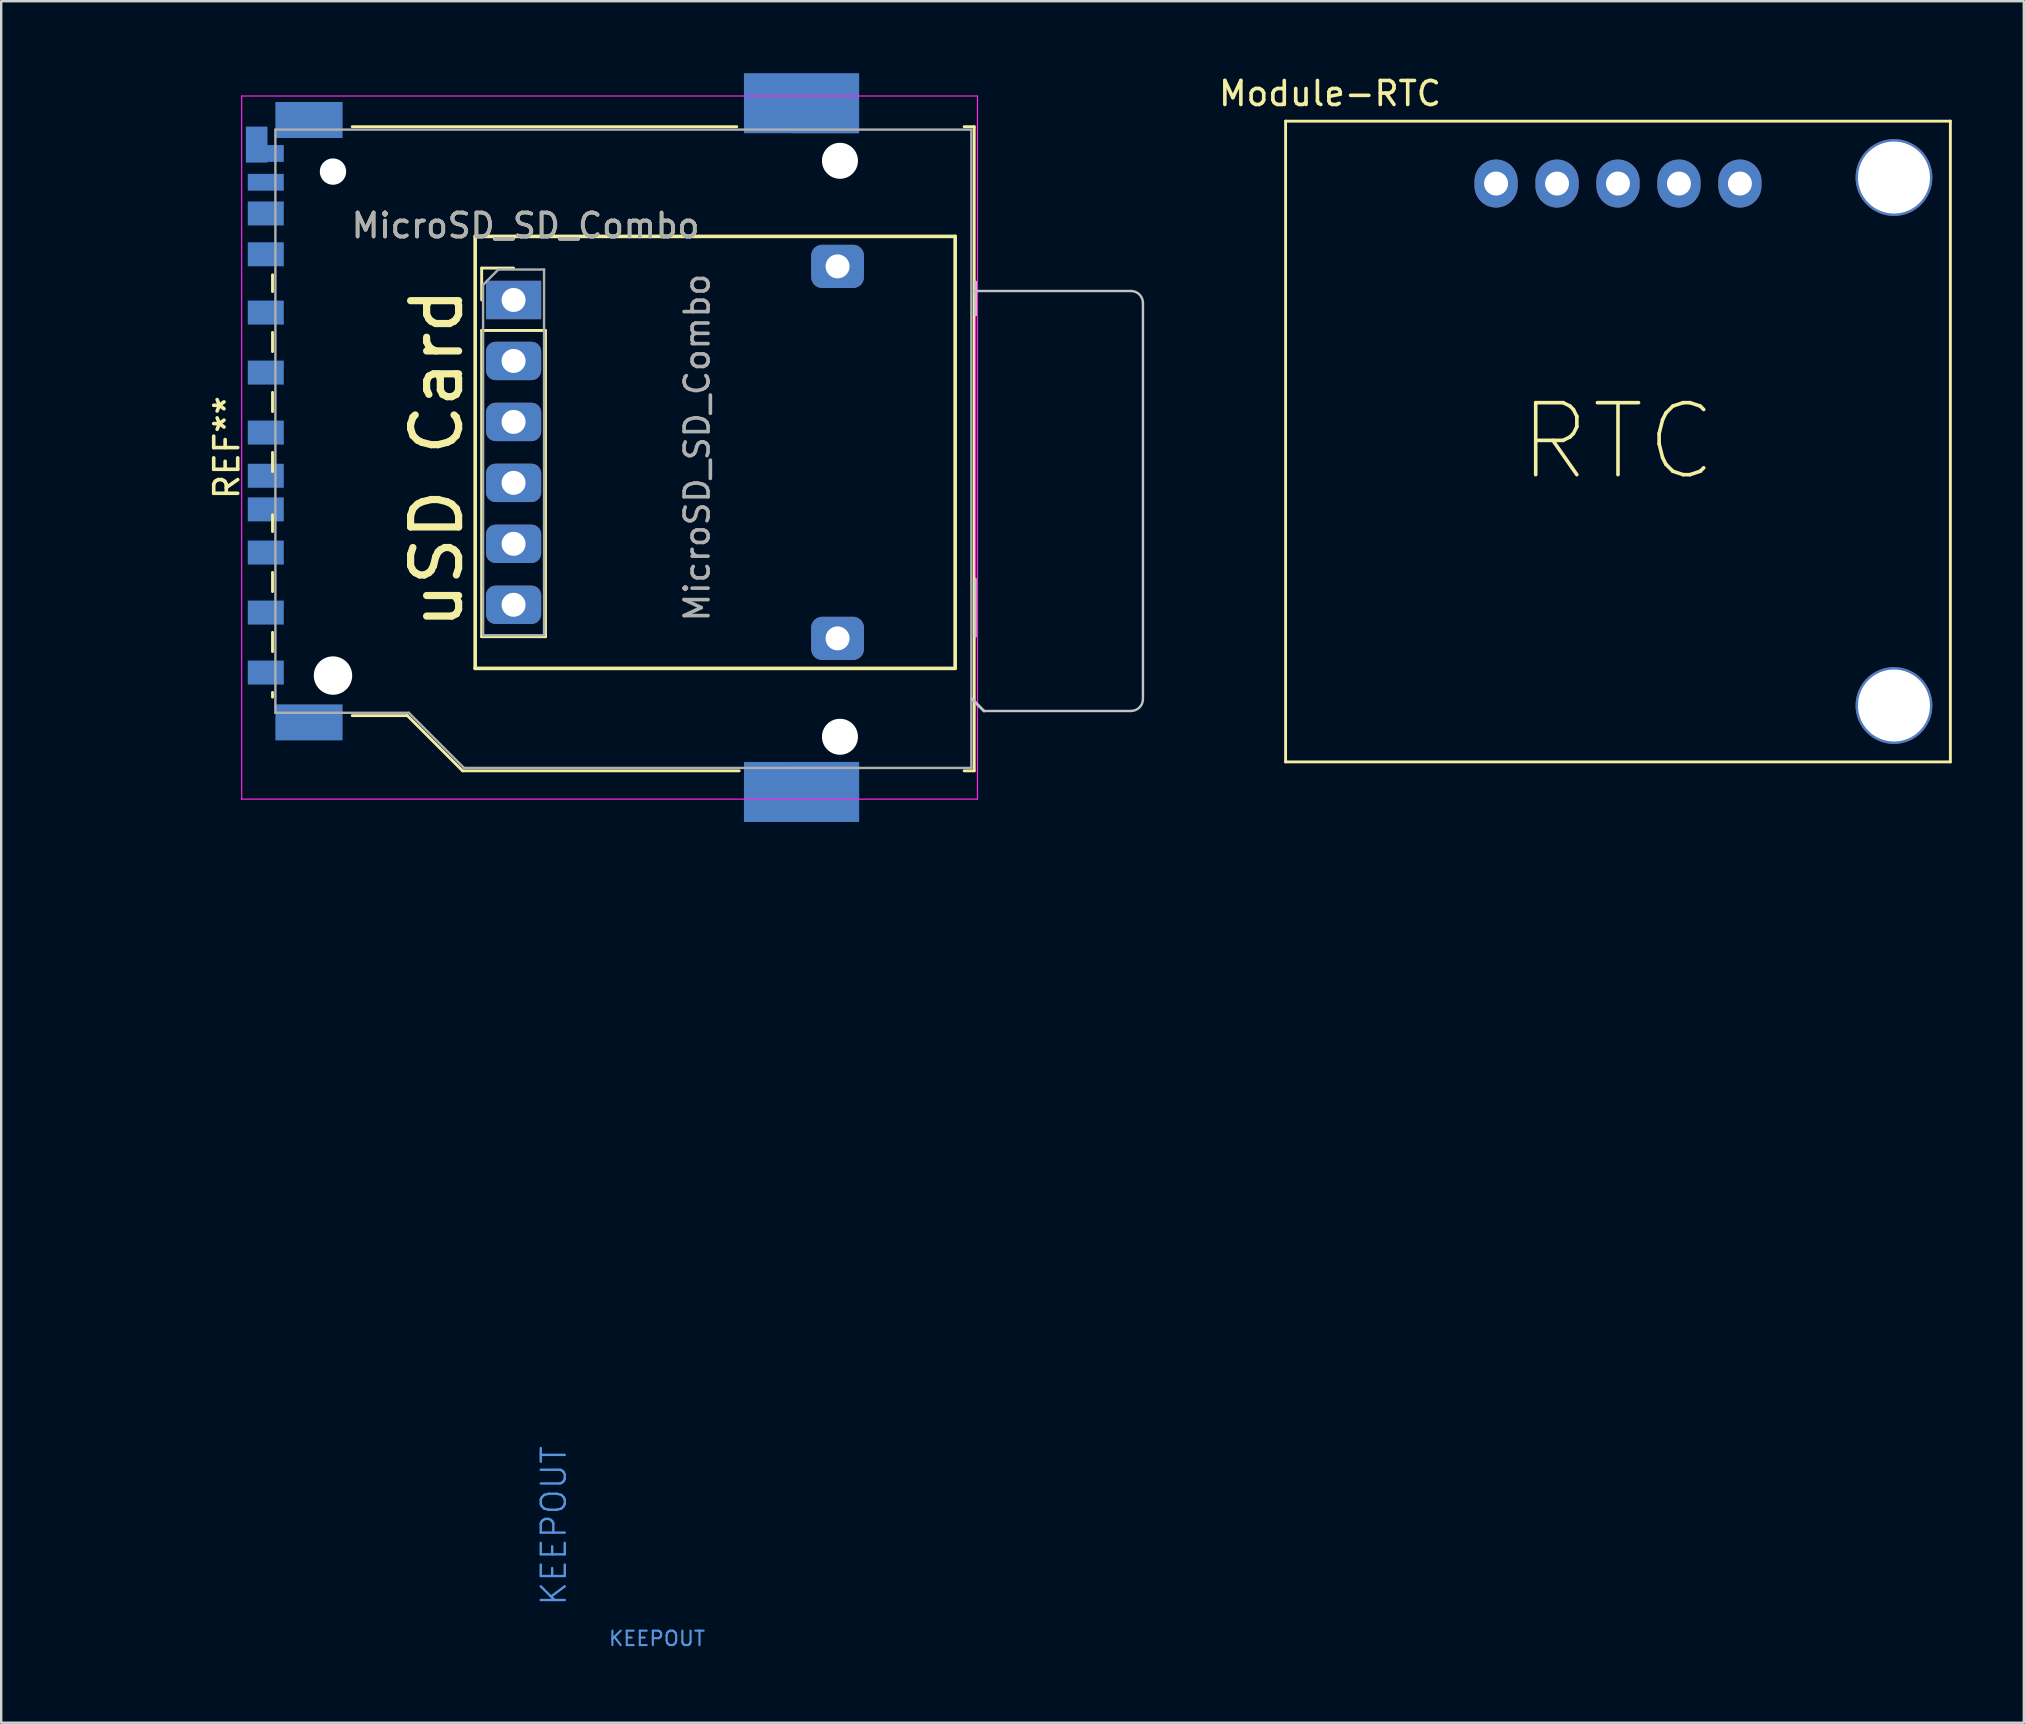
<source format=kicad_pcb>
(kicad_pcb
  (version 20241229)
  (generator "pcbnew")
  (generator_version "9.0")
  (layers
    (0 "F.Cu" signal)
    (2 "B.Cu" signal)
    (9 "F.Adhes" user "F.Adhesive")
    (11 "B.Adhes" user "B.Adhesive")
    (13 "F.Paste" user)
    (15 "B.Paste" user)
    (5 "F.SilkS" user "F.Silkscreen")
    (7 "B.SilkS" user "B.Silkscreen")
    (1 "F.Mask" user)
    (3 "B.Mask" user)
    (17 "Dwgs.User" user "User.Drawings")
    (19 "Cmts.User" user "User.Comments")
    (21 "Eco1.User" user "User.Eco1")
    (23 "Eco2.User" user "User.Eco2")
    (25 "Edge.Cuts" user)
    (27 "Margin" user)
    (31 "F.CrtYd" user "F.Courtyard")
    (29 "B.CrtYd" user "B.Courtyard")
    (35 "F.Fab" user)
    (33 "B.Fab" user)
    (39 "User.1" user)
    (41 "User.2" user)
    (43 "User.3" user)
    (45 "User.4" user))
  (footprint "Module-RTC"
    (layer "F.Cu")
    (at 64.369 15.348)
    (property "Reference" "Module-RTC" (at -12 -14.5 0) (layer "F.SilkS") (effects (font (size 1 1) (thickness 0.15))))
    (attr through_hole)
    (fp_line (start -13.85 -13.35) (end 13.85 -13.35) (stroke (width 0.12) (type solid)) (layer "F.SilkS"))
    (fp_line (start -13.85 13.35) (end -13.85 -13.35) (stroke (width 0.12) (type solid)) (layer "F.SilkS"))
    (fp_line (start -13.85 13.35) (end 13.85 13.35) (stroke (width 0.12) (type solid)) (layer "F.SilkS"))
    (fp_line (start 13.85 13.35) (end 13.85 -13.35) (stroke (width 0.12) (type solid)) (layer "F.SilkS"))
    (fp_text user "RTC" (at 0 0 0) (layer "F.SilkS") (effects (font (size 3 3) (thickness 0.15))))
    (pad "" thru_hole circle (at 11.5 -11 180) (size 3.2 3.2) (drill 3) (layers "*.Cu" "*.Mask"))
    (pad "" thru_hole circle (at 11.5 11 180) (size 3.2 3.2) (drill 3) (layers "*.Cu" "*.Mask"))
    (pad "1" thru_hole oval (at -5.08 -10.75) (size 1.8 2) (drill 1) (layers "*.Cu" "*.Mask"))
    (pad "2" thru_hole oval (at -2.54 -10.75) (size 1.8 2) (drill 1) (layers "*.Cu" "*.Mask"))
    (pad "3" thru_hole oval (at 0 -10.75) (size 1.8 2) (drill 1) (layers "*.Cu" "*.Mask"))
    (pad "4" thru_hole oval (at 2.54 -10.75) (size 1.8 2) (drill 1) (layers "*.Cu" "*.Mask"))
    (pad "5" thru_hole oval (at 5.08 -10.75) (size 1.8 2) (drill 1) (layers "*.Cu" "*.Mask")))
  (footprint "MicroSD_SD_Combo"
    (layer "F.Cu")
    (at 0.25 18.35)
    (property "Reference" "MicroSD_SD_Combo" (at 18.6 -12 0) (layer "F.SilkS") (effects (font (size 1 1) (thickness 0.15))))
    (attr through_hole)
    (fp_line (start 8.055 -9.95) (end 8.055 -9.25) (stroke (width 0.12) (type solid)) (layer "F.SilkS"))
    (fp_line (start 8.055 -7.55) (end 8.055 -6.75) (stroke (width 0.12) (type solid)) (layer "F.SilkS"))
    (fp_line (start 8.055 -5.05) (end 8.055 -4.25) (stroke (width 0.12) (type solid)) (layer "F.SilkS"))
    (fp_line (start 8.055 -2.55) (end 8.055 -1.75) (stroke (width 0.12) (type solid)) (layer "F.SilkS"))
    (fp_line (start 8.055 0.05) (end 8.055 0.75) (stroke (width 0.12) (type solid)) (layer "F.SilkS"))
    (fp_line (start 8.055 2.45) (end 8.055 3.25) (stroke (width 0.12) (type solid)) (layer "F.SilkS"))
    (fp_line (start 8.055 4.95) (end 8.055 5.75) (stroke (width 0.12) (type solid)) (layer "F.SilkS"))
    (fp_line (start 8.055 7.45) (end 8.055 7.65) (stroke (width 0.12) (type solid)) (layer "F.SilkS"))
    (fp_line (start 11.375 -16.12) (end 27.4 -16.12) (stroke (width 0.12) (type solid)) (layer "F.SilkS"))
    (fp_line (start 11.375 8.42) (end 13.675 8.42) (stroke (width 0.12) (type solid)) (layer "F.SilkS"))
    (fp_line (start 13.675 8.42) (end 15.975 10.72) (stroke (width 0.12) (type solid)) (layer "F.SilkS"))
    (fp_line (start 15.975 10.72) (end 27.5 10.72) (stroke (width 0.12) (type solid)) (layer "F.SilkS"))
    (fp_line (start 16.5 -11.55) (end 36.5 -11.55) (stroke (width 0.15) (type solid)) (layer "F.SilkS"))
    (fp_line (start 16.5 6.45) (end 16.5 -11.55) (stroke (width 0.15) (type solid)) (layer "F.SilkS"))
    (fp_line (start 16.77 -10.23) (end 18.1 -10.23) (stroke (width 0.12) (type solid)) (layer "F.SilkS"))
    (fp_line (start 16.77 -8.9) (end 16.77 -10.23) (stroke (width 0.12) (type solid)) (layer "F.SilkS"))
    (fp_line (start 16.77 -7.63) (end 16.77 5.13) (stroke (width 0.12) (type solid)) (layer "F.SilkS"))
    (fp_line (start 16.77 -7.63) (end 19.43 -7.63) (stroke (width 0.12) (type solid)) (layer "F.SilkS"))
    (fp_line (start 16.77 5.13) (end 19.43 5.13) (stroke (width 0.12) (type solid)) (layer "F.SilkS"))
    (fp_line (start 19.43 -7.63) (end 19.43 5.13) (stroke (width 0.12) (type solid)) (layer "F.SilkS"))
    (fp_line (start 36.5 -11.55) (end 36.5 6.45) (stroke (width 0.15) (type solid)) (layer "F.SilkS"))
    (fp_line (start 36.5 6.45) (end 16.5 6.45) (stroke (width 0.15) (type solid)) (layer "F.SilkS"))
    (fp_line (start 36.875 -16.12) (end 37.295 -16.12) (stroke (width 0.12) (type solid)) (layer "F.SilkS"))
    (fp_line (start 37.295 -16.12) (end 37.295 10.72) (stroke (width 0.12) (type solid)) (layer "F.SilkS"))
    (fp_line (start 37.295 10.72) (end 36.875 10.72) (stroke (width 0.12) (type solid)) (layer "F.SilkS"))
    (fp_line (start 37.3 -9.275) (end 43.825 -9.275) (stroke (width 0.1) (type solid)) (layer "Dwgs.User"))
    (fp_line (start 37.35 -8.275) (end 37.35 -9.65) (stroke (width 0.12) (type solid)) (layer "Dwgs.User"))
    (fp_line (start 37.35 2.725) (end 37.35 5.125) (stroke (width 0.1) (type solid)) (layer "Dwgs.User"))
    (fp_line (start 37.7 8.225) (end 37.2 7.725) (stroke (width 0.12) (type solid)) (layer "Dwgs.User"))
    (fp_line (start 43.825 8.225) (end 37.7 8.225) (stroke (width 0.1) (type solid)) (layer "Dwgs.User"))
    (fp_line (start 44.325 -8.775) (end 44.325 7.7) (stroke (width 0.1) (type solid)) (layer "Dwgs.User"))
    (fp_arc (start 43.825 -9.275) (mid 44.178553 -9.128553) (end 44.325 -8.775) (stroke (width 0.1) (type solid)) (layer "Dwgs.User"))
    (fp_arc (start 44.325 7.725) (mid 44.178553 8.078553) (end 43.825 8.225) (stroke (width 0.1) (type solid)) (layer "Dwgs.User"))
    (fp_line (start 6.77 -17.4) (end 6.77 11.9) (stroke (width 0.05) (type solid)) (layer "F.CrtYd"))
    (fp_line (start 6.77 -17.4) (end 37.43 -17.4) (stroke (width 0.05) (type solid)) (layer "F.CrtYd"))
    (fp_line (start 37.35 5.15) (end 37.35 -9.62) (stroke (width 0.05) (type solid)) (layer "F.CrtYd"))
    (fp_line (start 37.43 11.9) (end 6.77 11.9) (stroke (width 0.05) (type solid)) (layer "F.CrtYd"))
    (fp_line (start 37.43 11.9) (end 37.43 -17.4) (stroke (width 0.05) (type solid)) (layer "F.CrtYd"))
    (fp_line (start 8.175 -16) (end 37.175 -16) (stroke (width 0.1) (type solid)) (layer "F.Fab"))
    (fp_line (start 8.175 8.3) (end 8.175 -16) (stroke (width 0.1) (type solid)) (layer "F.Fab"))
    (fp_line (start 13.735 8.3) (end 8.175 8.3) (stroke (width 0.1) (type solid)) (layer "F.Fab"))
    (fp_line (start 16.035 10.6) (end 13.735 8.3) (stroke (width 0.1) (type solid)) (layer "F.Fab"))
    (fp_line (start 16.83 -9.535) (end 17.465 -10.17) (stroke (width 0.1) (type solid)) (layer "F.Fab"))
    (fp_line (start 16.83 5.07) (end 16.83 -9.535) (stroke (width 0.1) (type solid)) (layer "F.Fab"))
    (fp_line (start 17.465 -10.17) (end 19.37 -10.17) (stroke (width 0.1) (type solid)) (layer "F.Fab"))
    (fp_line (start 19.37 -10.17) (end 19.37 5.07) (stroke (width 0.1) (type solid)) (layer "F.Fab"))
    (fp_line (start 19.37 5.07) (end 16.83 5.07) (stroke (width 0.1) (type solid)) (layer "F.Fab"))
    (fp_line (start 37.175 -16) (end 37.175 10.6) (stroke (width 0.1) (type solid)) (layer "F.Fab"))
    (fp_line (start 37.175 10.6) (end 16.035 10.6) (stroke (width 0.1) (type solid)) (layer "F.Fab"))
    (fp_text user "uSD Card" (at 14.9 -2.3 90) (layer "F.SilkS") (effects (font (size 2 2) (thickness 0.3))))
    (fp_text user "REF**" (at 6.15 -2.75 90) (layer "F.SilkS") (effects (font (size 1 1) (thickness 0.15))))
    (fp_text user "KEEPOUT" (at 19.775 42.175 90) (layer "Cmts.User") (effects (font (size 1 1) (thickness 0.1))))
    (fp_text user "KEEPOUT" (at 24.075 46.875 180) (layer "Cmts.User") (effects (font (size 0.6 0.6) (thickness 0.09))))
    (fp_text user "${REFERENCE}" (at 25.75 -2.75 90) (layer "F.Fab") (effects (font (size 1 1) (thickness 0.15))))
    (fp_text user "${REFERENCE}" (at 18.6 -12 180) (layer "F.Fab") (effects (font (size 1 1) (thickness 0.15))))
    (pad "" np_thru_hole circle (at 10.575 -14.25 90) (size 1.1 1.1) (drill 1.1) (layers "*.Cu" "*.Mask"))
    (pad "" np_thru_hole circle (at 10.575 6.75 90) (size 1.6 1.6) (drill 1.6) (layers "*.Cu" "*.Mask"))
    (pad "" np_thru_hole circle (at 31.7 -14.7 90) (size 1.5 1.5) (drill 1.5) (layers "*.Cu" "*.Mask"))
    (pad "" np_thru_hole circle (at 31.7 9.3 90) (size 1.5 1.5) (drill 1.5) (layers "*.Cu" "*.Mask"))
    (pad "1" smd rect (at 7.775 -8.375 90) (size 1 1.5) (layers "B.Cu" "B.Mask" "B.Paste"))
    (pad "1" smd rect (at 7.775 -1.575 90) (size 1 1.5) (layers "B.Cu" "B.Mask" "B.Paste"))
    (pad "1" thru_hole rect (at 18.1 -8.9) (size 2.3 1.6) (drill 1) (layers "*.Cu" "*.Mask"))
    (pad "2" smd rect (at 7.775 -10.805 90) (size 1 1.5) (layers "B.Cu" "B.Mask" "B.Paste"))
    (pad "2" thru_hole roundrect (at 18.1 -6.36) (size 2.3 1.6) (drill 1) (layers "*.Cu" "*.Mask") (roundrect_rratio 0.25))
    (pad "3" smd rect (at 7.775 -5.875 90) (size 1 1.5) (layers "B.Cu" "B.Mask" "B.Paste"))
    (pad "3" thru_hole roundrect (at 18.1 -3.82) (size 2.3 1.6) (drill 1) (layers "*.Cu" "*.Mask") (roundrect_rratio 0.25))
    (pad "4" smd rect (at 7.775 1.625 90) (size 1 1.5) (layers "B.Cu" "B.Mask" "B.Paste"))
    (pad "4" thru_hole roundrect (at 18.1 -1.28) (size 2.3 1.6) (drill 1) (layers "*.Cu" "*.Mask") (roundrect_rratio 0.25))
    (pad "5" smd rect (at 7.775 4.125 90) (size 1 1.5) (layers "B.Cu" "B.Mask" "B.Paste"))
    (pad "5" thru_hole roundrect (at 18.1 1.26) (size 2.3 1.6) (drill 1) (layers "*.Cu" "*.Mask") (roundrect_rratio 0.25))
    (pad "6" smd rect (at 7.775 -3.375 90) (size 1 1.5) (layers "B.Cu" "B.Mask" "B.Paste"))
    (pad "6" thru_hole roundrect (at 18.1 3.8) (size 2.3 1.6) (drill 1) (layers "*.Cu" "*.Mask") (roundrect_rratio 0.25))
    (pad "7" smd rect (at 7.775 -13.805 90) (size 0.7 1.5) (layers "B.Cu" "B.Mask" "B.Paste"))
    (pad "7" smd rect (at 9.575 -16.4 90) (size 1.5 2.8) (layers "B.Cu" "B.Mask" "B.Paste"))
    (pad "7" smd rect (at 9.575 8.7 90) (size 1.5 2.8) (layers "B.Cu" "B.Mask" "B.Paste"))
    (pad "7" smd rect (at 30.1 -17.1 90) (size 2.5 4.8) (layers "B.Cu" "B.Mask" "B.Paste"))
    (pad "7" smd rect (at 30.1 11.6 90) (size 2.5 4.8) (layers "B.Cu" "B.Mask" "B.Paste"))
    (pad "7" smd rect (at 31.075 -16.6 90) (size 1.5 2.8) (layers "B.Cu" "B.Mask" "B.Paste"))
    (pad "7" smd rect (at 31.075 11.1 90) (size 1.5 2.8) (layers "B.Cu" "B.Mask" "B.Paste"))
    (pad "7" thru_hole roundrect (at 31.6 -10.3) (size 2.2 1.8) (drill 1) (layers "*.Cu" "*.Mask") (roundrect_rratio 0.25))
    (pad "7" thru_hole roundrect (at 31.6 5.2) (size 2.2 1.8) (drill 1) (layers "*.Cu" "*.Mask") (roundrect_rratio 0.25))
    (pad "8" smd rect (at 7.775 6.625 90) (size 1 1.5) (layers "B.Cu" "B.Mask" "B.Paste"))
    (pad "9" smd rect (at 7.775 -12.505 90) (size 1 1.5) (layers "B.Cu" "B.Mask" "B.Paste"))
    (pad "10" smd rect (at 7.775 -0.175 90) (size 1 1.5) (layers "B.Cu" "B.Mask" "B.Paste"))
    (pad "11" smd rect (at 7.395 -15.375 180) (size 0.9 1.5) (layers "B.Cu" "B.Mask" "B.Paste"))
    (pad "11" smd rect (at 7.775 -15.005 90) (size 0.7 1.5) (layers "B.Cu" "B.Mask" "B.Paste")))
  (gr_rect
    (start -3 -3)
    (end 81.279 68.734)
    (stroke (width 0.1) (type default))
    (fill no)
    (layer "Edge.Cuts")))
</source>
